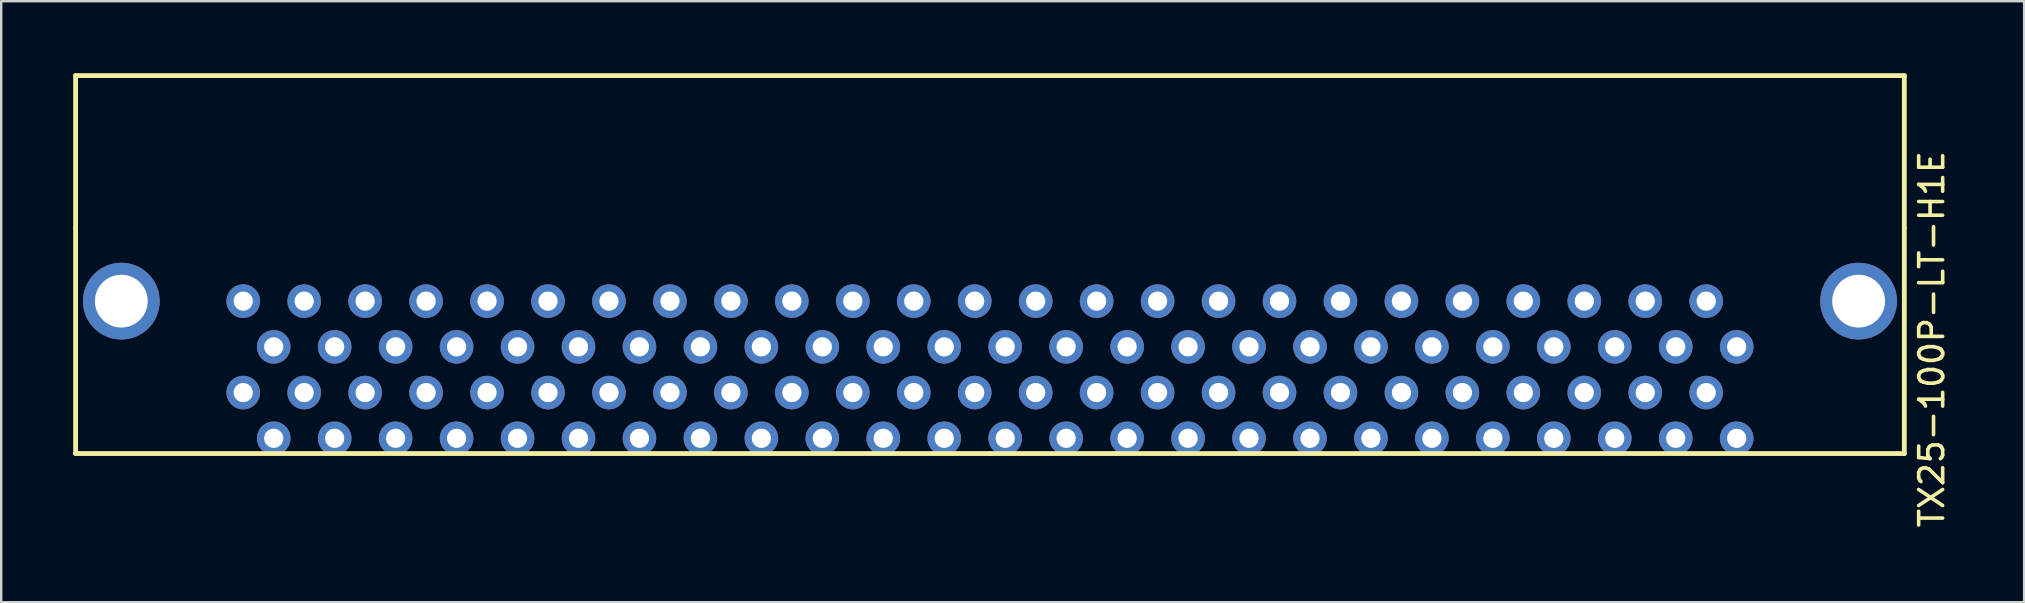
<source format=kicad_pcb>
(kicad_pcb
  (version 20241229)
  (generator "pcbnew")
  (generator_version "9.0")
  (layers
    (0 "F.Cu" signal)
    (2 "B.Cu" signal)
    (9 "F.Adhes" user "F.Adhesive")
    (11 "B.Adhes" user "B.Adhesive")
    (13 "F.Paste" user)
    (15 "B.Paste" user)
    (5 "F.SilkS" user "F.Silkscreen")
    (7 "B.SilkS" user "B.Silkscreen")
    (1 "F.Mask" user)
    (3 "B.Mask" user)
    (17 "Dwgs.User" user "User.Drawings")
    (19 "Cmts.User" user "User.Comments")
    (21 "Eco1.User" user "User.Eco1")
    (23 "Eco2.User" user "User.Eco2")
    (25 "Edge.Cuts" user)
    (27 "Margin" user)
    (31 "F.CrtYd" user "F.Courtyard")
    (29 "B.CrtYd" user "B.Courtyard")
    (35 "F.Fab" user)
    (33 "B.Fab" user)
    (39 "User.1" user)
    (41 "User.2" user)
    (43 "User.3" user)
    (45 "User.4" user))
  (footprint "TX25-100P-LT-H1E"
    (layer "F.Cu")
    (at 69.315 15.213)
    (property "Reference" "TX25-100P-LT-H1E" (at 8.128 -4.128 90) (layer "F.SilkS") (effects (font (size 1 1) (thickness 0.15))))
    (attr through_hole)
    (fp_line (start -69.215 -15.113) (end -69.215 -8.763) (stroke (width 0.2) (type solid)) (layer "F.SilkS"))
    (fp_line (start -69.215 -8.763) (end -69.215 0.635) (stroke (width 0.2) (type solid)) (layer "F.SilkS"))
    (fp_line (start -69.215 0.635) (end -31.115 0.635) (stroke (width 0.2) (type solid)) (layer "F.SilkS"))
    (fp_line (start -31.115 0.635) (end 6.985 0.635) (stroke (width 0.2) (type solid)) (layer "F.SilkS"))
    (fp_line (start 6.985 -15.113) (end -69.215 -15.113) (stroke (width 0.2) (type solid)) (layer "F.SilkS"))
    (fp_line (start 6.985 -8.763) (end 6.985 -15.113) (stroke (width 0.2) (type solid)) (layer "F.SilkS"))
    (fp_line (start 6.985 0.635) (end 6.985 -8.763) (stroke (width 0.2) (type solid)) (layer "F.SilkS"))
    (pad "" np_thru_hole circle (at -67.31 -5.715 180) (size 3.2 3.2) (drill 2.2) (layers "*.Cu" "*.Mask"))
    (pad "" np_thru_hole circle (at 5.08 -5.715 180) (size 3.2 3.2) (drill 2.2) (layers "*.Cu" "*.Mask"))
    (pad "A1" thru_hole circle (at 0 0 180) (size 1.4 1.4) (drill 0.8) (layers "*.Cu" "*.Mask"))
    (pad "A2" thru_hole circle (at -1.27 -1.905 180) (size 1.4 1.4) (drill 0.8) (layers "*.Cu" "*.Mask"))
    (pad "A3" thru_hole circle (at -2.54 0 180) (size 1.4 1.4) (drill 0.8) (layers "*.Cu" "*.Mask"))
    (pad "A4" thru_hole circle (at -3.81 -1.905 180) (size 1.4 1.4) (drill 0.8) (layers "*.Cu" "*.Mask"))
    (pad "A5" thru_hole circle (at -5.08 0 180) (size 1.4 1.4) (drill 0.8) (layers "*.Cu" "*.Mask"))
    (pad "A6" thru_hole circle (at -6.35 -1.905 180) (size 1.4 1.4) (drill 0.8) (layers "*.Cu" "*.Mask"))
    (pad "A7" thru_hole circle (at -7.62 0 180) (size 1.4 1.4) (drill 0.8) (layers "*.Cu" "*.Mask"))
    (pad "A8" thru_hole circle (at -8.89 -1.905 180) (size 1.4 1.4) (drill 0.8) (layers "*.Cu" "*.Mask"))
    (pad "A9" thru_hole circle (at -10.16 0 180) (size 1.4 1.4) (drill 0.8) (layers "*.Cu" "*.Mask"))
    (pad "A10" thru_hole circle (at -11.43 -1.905 180) (size 1.4 1.4) (drill 0.8) (layers "*.Cu" "*.Mask"))
    (pad "A11" thru_hole circle (at -12.7 0 180) (size 1.4 1.4) (drill 0.8) (layers "*.Cu" "*.Mask"))
    (pad "A12" thru_hole circle (at -13.97 -1.905 180) (size 1.4 1.4) (drill 0.8) (layers "*.Cu" "*.Mask"))
    (pad "A13" thru_hole circle (at -15.24 0 180) (size 1.4 1.4) (drill 0.8) (layers "*.Cu" "*.Mask"))
    (pad "A14" thru_hole circle (at -16.51 -1.905 180) (size 1.4 1.4) (drill 0.8) (layers "*.Cu" "*.Mask"))
    (pad "A15" thru_hole circle (at -17.78 0 180) (size 1.4 1.4) (drill 0.8) (layers "*.Cu" "*.Mask"))
    (pad "A16" thru_hole circle (at -19.05 -1.905 180) (size 1.4 1.4) (drill 0.8) (layers "*.Cu" "*.Mask"))
    (pad "A17" thru_hole circle (at -20.32 0 180) (size 1.4 1.4) (drill 0.8) (layers "*.Cu" "*.Mask"))
    (pad "A18" thru_hole circle (at -21.59 -1.905 180) (size 1.4 1.4) (drill 0.8) (layers "*.Cu" "*.Mask"))
    (pad "A19" thru_hole circle (at -22.86 0 180) (size 1.4 1.4) (drill 0.8) (layers "*.Cu" "*.Mask"))
    (pad "A20" thru_hole circle (at -24.13 -1.905 180) (size 1.4 1.4) (drill 0.8) (layers "*.Cu" "*.Mask"))
    (pad "A21" thru_hole circle (at -25.4 0 180) (size 1.4 1.4) (drill 0.8) (layers "*.Cu" "*.Mask"))
    (pad "A22" thru_hole circle (at -26.67 -1.905 180) (size 1.4 1.4) (drill 0.8) (layers "*.Cu" "*.Mask"))
    (pad "A23" thru_hole circle (at -27.94 0 180) (size 1.4 1.4) (drill 0.8) (layers "*.Cu" "*.Mask"))
    (pad "A24" thru_hole circle (at -29.21 -1.905 180) (size 1.4 1.4) (drill 0.8) (layers "*.Cu" "*.Mask"))
    (pad "A25" thru_hole circle (at -30.48 0 180) (size 1.4 1.4) (drill 0.8) (layers "*.Cu" "*.Mask"))
    (pad "A26" thru_hole circle (at -31.75 -1.905 180) (size 1.4 1.4) (drill 0.8) (layers "*.Cu" "*.Mask"))
    (pad "A27" thru_hole circle (at -33.02 0 180) (size 1.4 1.4) (drill 0.8) (layers "*.Cu" "*.Mask"))
    (pad "A28" thru_hole circle (at -34.29 -1.905 180) (size 1.4 1.4) (drill 0.8) (layers "*.Cu" "*.Mask"))
    (pad "A29" thru_hole circle (at -35.56 0 180) (size 1.4 1.4) (drill 0.8) (layers "*.Cu" "*.Mask"))
    (pad "A30" thru_hole circle (at -36.83 -1.905 180) (size 1.4 1.4) (drill 0.8) (layers "*.Cu" "*.Mask"))
    (pad "A31" thru_hole circle (at -38.1 0 180) (size 1.4 1.4) (drill 0.8) (layers "*.Cu" "*.Mask"))
    (pad "A32" thru_hole circle (at -39.37 -1.905 180) (size 1.4 1.4) (drill 0.8) (layers "*.Cu" "*.Mask"))
    (pad "A33" thru_hole circle (at -40.64 0 180) (size 1.4 1.4) (drill 0.8) (layers "*.Cu" "*.Mask"))
    (pad "A34" thru_hole circle (at -41.91 -1.905 180) (size 1.4 1.4) (drill 0.8) (layers "*.Cu" "*.Mask"))
    (pad "A35" thru_hole circle (at -43.18 0 180) (size 1.4 1.4) (drill 0.8) (layers "*.Cu" "*.Mask"))
    (pad "A36" thru_hole circle (at -44.45 -1.905 180) (size 1.4 1.4) (drill 0.8) (layers "*.Cu" "*.Mask"))
    (pad "A37" thru_hole circle (at -45.72 0 180) (size 1.4 1.4) (drill 0.8) (layers "*.Cu" "*.Mask"))
    (pad "A38" thru_hole circle (at -46.99 -1.905 180) (size 1.4 1.4) (drill 0.8) (layers "*.Cu" "*.Mask"))
    (pad "A39" thru_hole circle (at -48.26 0 180) (size 1.4 1.4) (drill 0.8) (layers "*.Cu" "*.Mask"))
    (pad "A40" thru_hole circle (at -49.53 -1.905 180) (size 1.4 1.4) (drill 0.8) (layers "*.Cu" "*.Mask"))
    (pad "A41" thru_hole circle (at -50.8 0 180) (size 1.4 1.4) (drill 0.8) (layers "*.Cu" "*.Mask"))
    (pad "A42" thru_hole circle (at -52.07 -1.905 180) (size 1.4 1.4) (drill 0.8) (layers "*.Cu" "*.Mask"))
    (pad "A43" thru_hole circle (at -53.34 0 180) (size 1.4 1.4) (drill 0.8) (layers "*.Cu" "*.Mask"))
    (pad "A44" thru_hole circle (at -54.61 -1.905 180) (size 1.4 1.4) (drill 0.8) (layers "*.Cu" "*.Mask"))
    (pad "A45" thru_hole circle (at -55.88 0 180) (size 1.4 1.4) (drill 0.8) (layers "*.Cu" "*.Mask"))
    (pad "A46" thru_hole circle (at -57.15 -1.905 180) (size 1.4 1.4) (drill 0.8) (layers "*.Cu" "*.Mask"))
    (pad "A47" thru_hole circle (at -58.42 0 180) (size 1.4 1.4) (drill 0.8) (layers "*.Cu" "*.Mask"))
    (pad "A48" thru_hole circle (at -59.69 -1.905 180) (size 1.4 1.4) (drill 0.8) (layers "*.Cu" "*.Mask"))
    (pad "A49" thru_hole circle (at -60.96 0 180) (size 1.4 1.4) (drill 0.8) (layers "*.Cu" "*.Mask"))
    (pad "A50" thru_hole circle (at -62.23 -1.905 180) (size 1.4 1.4) (drill 0.8) (layers "*.Cu" "*.Mask"))
    (pad "B1" thru_hole circle (at 0 -3.81 180) (size 1.4 1.4) (drill 0.8) (layers "*.Cu" "*.Mask"))
    (pad "B2" thru_hole circle (at -1.27 -5.715 180) (size 1.4 1.4) (drill 0.8) (layers "*.Cu" "*.Mask"))
    (pad "B3" thru_hole circle (at -2.54 -3.81 180) (size 1.4 1.4) (drill 0.8) (layers "*.Cu" "*.Mask"))
    (pad "B4" thru_hole circle (at -3.81 -5.715 180) (size 1.4 1.4) (drill 0.8) (layers "*.Cu" "*.Mask"))
    (pad "B5" thru_hole circle (at -5.08 -3.81 180) (size 1.4 1.4) (drill 0.8) (layers "*.Cu" "*.Mask"))
    (pad "B6" thru_hole circle (at -6.35 -5.715 180) (size 1.4 1.4) (drill 0.8) (layers "*.Cu" "*.Mask"))
    (pad "B7" thru_hole circle (at -7.62 -3.81 180) (size 1.4 1.4) (drill 0.8) (layers "*.Cu" "*.Mask"))
    (pad "B8" thru_hole circle (at -8.89 -5.715 180) (size 1.4 1.4) (drill 0.8) (layers "*.Cu" "*.Mask"))
    (pad "B9" thru_hole circle (at -10.16 -3.81 180) (size 1.4 1.4) (drill 0.8) (layers "*.Cu" "*.Mask"))
    (pad "B10" thru_hole circle (at -11.43 -5.715 180) (size 1.4 1.4) (drill 0.8) (layers "*.Cu" "*.Mask"))
    (pad "B11" thru_hole circle (at -12.7 -3.81 180) (size 1.4 1.4) (drill 0.8) (layers "*.Cu" "*.Mask"))
    (pad "B12" thru_hole circle (at -13.97 -5.715 180) (size 1.4 1.4) (drill 0.8) (layers "*.Cu" "*.Mask"))
    (pad "B13" thru_hole circle (at -15.24 -3.81 180) (size 1.4 1.4) (drill 0.8) (layers "*.Cu" "*.Mask"))
    (pad "B14" thru_hole circle (at -16.51 -5.715 180) (size 1.4 1.4) (drill 0.8) (layers "*.Cu" "*.Mask"))
    (pad "B15" thru_hole circle (at -17.78 -3.81 180) (size 1.4 1.4) (drill 0.8) (layers "*.Cu" "*.Mask"))
    (pad "B16" thru_hole circle (at -19.05 -5.715 180) (size 1.4 1.4) (drill 0.8) (layers "*.Cu" "*.Mask"))
    (pad "B17" thru_hole circle (at -20.32 -3.81 180) (size 1.4 1.4) (drill 0.8) (layers "*.Cu" "*.Mask"))
    (pad "B18" thru_hole circle (at -21.59 -5.715 180) (size 1.4 1.4) (drill 0.8) (layers "*.Cu" "*.Mask"))
    (pad "B19" thru_hole circle (at -22.86 -3.81 180) (size 1.4 1.4) (drill 0.8) (layers "*.Cu" "*.Mask"))
    (pad "B20" thru_hole circle (at -24.13 -5.715 180) (size 1.4 1.4) (drill 0.8) (layers "*.Cu" "*.Mask"))
    (pad "B21" thru_hole circle (at -25.4 -3.81 180) (size 1.4 1.4) (drill 0.8) (layers "*.Cu" "*.Mask"))
    (pad "B22" thru_hole circle (at -26.67 -5.715 180) (size 1.4 1.4) (drill 0.8) (layers "*.Cu" "*.Mask"))
    (pad "B23" thru_hole circle (at -27.94 -3.81 180) (size 1.4 1.4) (drill 0.8) (layers "*.Cu" "*.Mask"))
    (pad "B24" thru_hole circle (at -29.21 -5.715 180) (size 1.4 1.4) (drill 0.8) (layers "*.Cu" "*.Mask"))
    (pad "B25" thru_hole circle (at -30.48 -3.81 180) (size 1.4 1.4) (drill 0.8) (layers "*.Cu" "*.Mask"))
    (pad "B26" thru_hole circle (at -31.75 -5.715 180) (size 1.4 1.4) (drill 0.8) (layers "*.Cu" "*.Mask"))
    (pad "B27" thru_hole circle (at -33.02 -3.81 180) (size 1.4 1.4) (drill 0.8) (layers "*.Cu" "*.Mask"))
    (pad "B28" thru_hole circle (at -34.29 -5.715 180) (size 1.4 1.4) (drill 0.8) (layers "*.Cu" "*.Mask"))
    (pad "B29" thru_hole circle (at -35.56 -3.81 180) (size 1.4 1.4) (drill 0.8) (layers "*.Cu" "*.Mask"))
    (pad "B30" thru_hole circle (at -36.83 -5.715 180) (size 1.4 1.4) (drill 0.8) (layers "*.Cu" "*.Mask"))
    (pad "B31" thru_hole circle (at -38.1 -3.81 180) (size 1.4 1.4) (drill 0.8) (layers "*.Cu" "*.Mask"))
    (pad "B32" thru_hole circle (at -39.37 -5.715 180) (size 1.4 1.4) (drill 0.8) (layers "*.Cu" "*.Mask"))
    (pad "B33" thru_hole circle (at -40.64 -3.81 180) (size 1.4 1.4) (drill 0.8) (layers "*.Cu" "*.Mask"))
    (pad "B34" thru_hole circle (at -41.91 -5.715 180) (size 1.4 1.4) (drill 0.8) (layers "*.Cu" "*.Mask"))
    (pad "B35" thru_hole circle (at -43.18 -3.81 180) (size 1.4 1.4) (drill 0.8) (layers "*.Cu" "*.Mask"))
    (pad "B36" thru_hole circle (at -44.45 -5.715 180) (size 1.4 1.4) (drill 0.8) (layers "*.Cu" "*.Mask"))
    (pad "B37" thru_hole circle (at -45.72 -3.81 180) (size 1.4 1.4) (drill 0.8) (layers "*.Cu" "*.Mask"))
    (pad "B38" thru_hole circle (at -46.99 -5.715 180) (size 1.4 1.4) (drill 0.8) (layers "*.Cu" "*.Mask"))
    (pad "B39" thru_hole circle (at -48.26 -3.81 180) (size 1.4 1.4) (drill 0.8) (layers "*.Cu" "*.Mask"))
    (pad "B40" thru_hole circle (at -49.53 -5.715 180) (size 1.4 1.4) (drill 0.8) (layers "*.Cu" "*.Mask"))
    (pad "B41" thru_hole circle (at -50.8 -3.81 180) (size 1.4 1.4) (drill 0.8) (layers "*.Cu" "*.Mask"))
    (pad "B42" thru_hole circle (at -52.07 -5.715 180) (size 1.4 1.4) (drill 0.8) (layers "*.Cu" "*.Mask"))
    (pad "B43" thru_hole circle (at -53.34 -3.81 180) (size 1.4 1.4) (drill 0.8) (layers "*.Cu" "*.Mask"))
    (pad "B44" thru_hole circle (at -54.61 -5.715 180) (size 1.4 1.4) (drill 0.8) (layers "*.Cu" "*.Mask"))
    (pad "B45" thru_hole circle (at -55.88 -3.81 180) (size 1.4 1.4) (drill 0.8) (layers "*.Cu" "*.Mask"))
    (pad "B46" thru_hole circle (at -57.15 -5.715 180) (size 1.4 1.4) (drill 0.8) (layers "*.Cu" "*.Mask"))
    (pad "B47" thru_hole circle (at -58.42 -3.81 180) (size 1.4 1.4) (drill 0.8) (layers "*.Cu" "*.Mask"))
    (pad "B48" thru_hole circle (at -59.69 -5.715 180) (size 1.4 1.4) (drill 0.8) (layers "*.Cu" "*.Mask"))
    (pad "B49" thru_hole circle (at -60.96 -3.81 180) (size 1.4 1.4) (drill 0.8) (layers "*.Cu" "*.Mask"))
    (pad "B50" thru_hole circle (at -62.23 -5.715 180) (size 1.4 1.4) (drill 0.8) (layers "*.Cu" "*.Mask")))
  (gr_rect
    (start -3 -3)
    (end 81.291 22.044)
    (stroke (width 0.1) (type default))
    (fill no)
    (layer "Edge.Cuts")))
</source>
